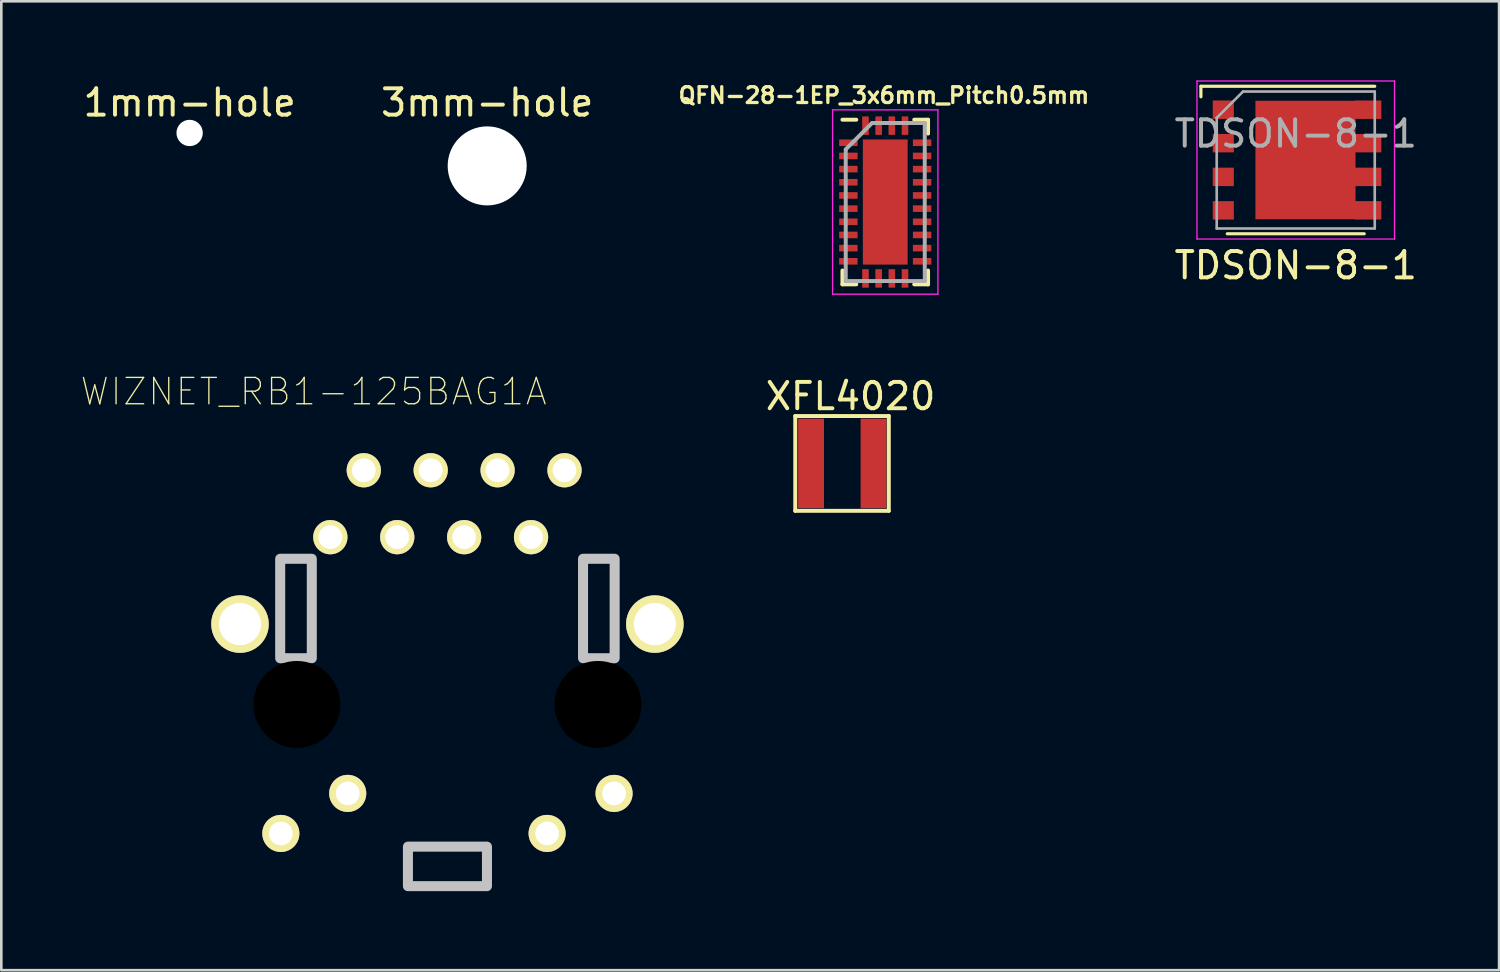
<source format=kicad_pcb>
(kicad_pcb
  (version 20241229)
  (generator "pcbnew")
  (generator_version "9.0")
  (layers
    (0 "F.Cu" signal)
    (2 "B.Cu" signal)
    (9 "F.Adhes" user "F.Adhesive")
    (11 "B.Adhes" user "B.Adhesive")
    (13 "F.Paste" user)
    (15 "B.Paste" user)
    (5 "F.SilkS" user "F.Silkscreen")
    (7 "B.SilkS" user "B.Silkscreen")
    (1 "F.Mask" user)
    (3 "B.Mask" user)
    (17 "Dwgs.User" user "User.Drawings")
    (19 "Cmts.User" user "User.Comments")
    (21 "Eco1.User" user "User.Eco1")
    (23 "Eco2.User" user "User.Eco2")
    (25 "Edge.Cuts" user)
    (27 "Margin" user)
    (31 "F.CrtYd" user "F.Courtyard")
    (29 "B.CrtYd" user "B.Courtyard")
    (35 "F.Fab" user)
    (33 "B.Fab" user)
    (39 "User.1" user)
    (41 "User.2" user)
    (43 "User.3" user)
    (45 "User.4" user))
  (footprint "3mm-hole"
    (layer "F.Cu")
    (at 15.446 3.248)
    (property "Reference" "3mm-hole" (at 0 -2.4 0) (layer "F.SilkS") (effects (font (size 1 1) (thickness 0.15))))
    (attr through_hole)
    (pad "" np_thru_hole circle (at 0 0) (size 3 3) (drill 3) (layers "*.Cu" "*.Mask")))
  (footprint "TDSON-8-1"
    (layer "F.Cu")
    (at 46.142 3.025)
    (property "Reference" "TDSON-8-1" (at 0 4 0) (layer "F.SilkS") (effects (font (size 1 1) (thickness 0.15))))
    (attr smd)
    (fp_line (start -3.6 -2.8) (end -3.6 -2.4) (stroke (width 0.12) (type solid)) (layer "F.SilkS"))
    (fp_line (start 2.6 2.8) (end -2.6 2.8) (stroke (width 0.12) (type solid)) (layer "F.SilkS"))
    (fp_line (start 3 -2.8) (end -3.6 -2.8) (stroke (width 0.12) (type solid)) (layer "F.SilkS"))
    (fp_line (start -3.75 -3) (end -3.75 3) (stroke (width 0.05) (type solid)) (layer "F.CrtYd"))
    (fp_line (start -3.75 3) (end 3.75 3) (stroke (width 0.05) (type solid)) (layer "F.CrtYd"))
    (fp_line (start 3.75 -3) (end -3.75 -3) (stroke (width 0.05) (type solid)) (layer "F.CrtYd"))
    (fp_line (start 3.75 3) (end 3.75 -3) (stroke (width 0.05) (type solid)) (layer "F.CrtYd"))
    (fp_line (start -3 2.6) (end -3 -1.6) (stroke (width 0.1) (type solid)) (layer "F.Fab"))
    (fp_line (start -2 -2.6) (end -3 -1.6) (stroke (width 0.1) (type solid)) (layer "F.Fab"))
    (fp_line (start -2 -2.6) (end 3 -2.6) (stroke (width 0.1) (type solid)) (layer "F.Fab"))
    (fp_line (start 3 -2.6) (end 3 2.6) (stroke (width 0.1) (type solid)) (layer "F.Fab"))
    (fp_line (start 3 2.6) (end -3 2.6) (stroke (width 0.1) (type solid)) (layer "F.Fab"))
    (fp_text user "${REFERENCE}" (at 0 -1 0) (layer "F.Fab") (effects (font (size 1 1) (thickness 0.15))))
    (pad "" smd rect (at -0.75 -1.09 270) (size 1.55 1.2) (layers "F.Cu" "F.Mask" "F.Paste"))
    (pad "" smd rect (at -0.75 1.09 270) (size 1.55 1.2) (layers "F.Cu" "F.Mask" "F.Paste"))
    (pad "" smd rect (at 0.37 0 270) (size 4.5 3.8) (layers "F.Cu" "F.Mask" "F.Paste"))
    (pad "" smd rect (at 1.25 -1.09 270) (size 1.55 1.6) (layers "F.Cu" "F.Mask" "F.Paste"))
    (pad "" smd rect (at 1.25 1.09 270) (size 1.55 1.6) (layers "F.Cu" "F.Mask" "F.Paste"))
    (pad "1" smd rect (at -2.75 -1.91 270) (size 0.7 0.8) (layers "F.Cu" "F.Mask" "F.Paste"))
    (pad "2" smd rect (at -2.75 -0.64 270) (size 0.7 0.8) (layers "F.Cu" "F.Mask" "F.Paste"))
    (pad "3" smd rect (at -2.75 0.64 270) (size 0.7 0.8) (layers "F.Cu" "F.Mask" "F.Paste"))
    (pad "4" smd rect (at -2.75 1.91 270) (size 0.7 0.8) (layers "F.Cu" "F.Mask" "F.Paste"))
    (pad "5" smd rect (at 2.75 1.91 270) (size 0.7 1) (layers "F.Cu" "F.Mask" "F.Paste"))
    (pad "6" smd rect (at 2.75 0.64 270) (size 0.7 1) (layers "F.Cu" "F.Mask" "F.Paste"))
    (pad "7" smd rect (at 2.75 -0.64 270) (size 0.7 1) (layers "F.Cu" "F.Mask" "F.Paste"))
    (pad "8" smd rect (at 2.75 -1.91 270) (size 0.7 1) (layers "F.Cu" "F.Mask" "F.Paste")))
  (footprint "XFL4020"
    (layer "F.Cu")
    (at 28.942 14.544)
    (property "Reference" "XFL4020" (at 0.3 -2.55 0) (layer "F.SilkS") (effects (font (size 1 1) (thickness 0.15))))
    (attr through_hole)
    (fp_line (start -1.8 -1.8) (end 1.75 -1.8) (stroke (width 0.15) (type solid)) (layer "F.SilkS"))
    (fp_line (start -1.8 1.8) (end -1.8 -1.8) (stroke (width 0.15) (type solid)) (layer "F.SilkS"))
    (fp_line (start 1.75 -1.8) (end 1.75 1.8) (stroke (width 0.15) (type solid)) (layer "F.SilkS"))
    (fp_line (start 1.75 1.8) (end -1.8 1.8) (stroke (width 0.15) (type solid)) (layer "F.SilkS"))
    (pad "1" smd rect (at -1.2 0) (size 0.98 3.4) (layers "F.Cu" "F.Mask" "F.Paste"))
    (pad "2" smd rect (at 1.17 0) (size 0.98 3.4) (layers "F.Cu" "F.Mask" "F.Paste")))
  (footprint "QFN-28-1EP_3x6mm_Pitch0.5mm"
    (placed yes)
    (layer "F.Cu")
    (at 30.558 4.62)
    (property "Reference" "QFN-28-1EP_3x6mm_Pitch0.5mm" (at -0.05 -4.05 0) (layer "F.SilkS") (effects (font (size 0.6 0.6) (thickness 0.125))))
    (attr smd)
    (fp_line (start -1.625 -3.125) (end -1.1 -3.125) (stroke (width 0.15) (type solid)) (layer "F.SilkS"))
    (fp_line (start -1.625 3.125) (end -1.625 2.6) (stroke (width 0.15) (type solid)) (layer "F.SilkS"))
    (fp_line (start -1.625 3.125) (end -1.1 3.125) (stroke (width 0.15) (type solid)) (layer "F.SilkS"))
    (fp_line (start 1.625 -3.125) (end 1.1 -3.125) (stroke (width 0.15) (type solid)) (layer "F.SilkS"))
    (fp_line (start 1.625 -3.125) (end 1.625 -2.6) (stroke (width 0.15) (type solid)) (layer "F.SilkS"))
    (fp_line (start 1.625 3.125) (end 1.1 3.125) (stroke (width 0.15) (type solid)) (layer "F.SilkS"))
    (fp_line (start 1.625 3.125) (end 1.625 2.6) (stroke (width 0.15) (type solid)) (layer "F.SilkS"))
    (fp_line (start -2 -3.5) (end -2 3.5) (stroke (width 0.05) (type solid)) (layer "F.CrtYd"))
    (fp_line (start -2 -3.5) (end 2 -3.5) (stroke (width 0.05) (type solid)) (layer "F.CrtYd"))
    (fp_line (start -2 3.5) (end 2 3.5) (stroke (width 0.05) (type solid)) (layer "F.CrtYd"))
    (fp_line (start 2 -3.5) (end 2 3.5) (stroke (width 0.05) (type solid)) (layer "F.CrtYd"))
    (fp_line (start -1.5 -2) (end -0.5 -3) (stroke (width 0.15) (type solid)) (layer "F.Fab"))
    (fp_line (start -1.5 3) (end -1.5 -2) (stroke (width 0.15) (type solid)) (layer "F.Fab"))
    (fp_line (start -0.5 -3) (end 1.5 -3) (stroke (width 0.15) (type solid)) (layer "F.Fab"))
    (fp_line (start 1.5 -3) (end 1.5 3) (stroke (width 0.15) (type solid)) (layer "F.Fab"))
    (fp_line (start 1.5 3) (end -1.5 3) (stroke (width 0.15) (type solid)) (layer "F.Fab"))
    (pad "1" smd rect (at -1.4 -2.25) (size 0.7 0.25) (layers "F.Cu" "F.Mask" "F.Paste"))
    (pad "2" smd rect (at -1.4 -1.75) (size 0.7 0.25) (layers "F.Cu" "F.Mask" "F.Paste"))
    (pad "3" smd rect (at -1.4 -1.25) (size 0.7 0.25) (layers "F.Cu" "F.Mask" "F.Paste"))
    (pad "4" smd rect (at -1.4 -0.75) (size 0.7 0.25) (layers "F.Cu" "F.Mask" "F.Paste"))
    (pad "5" smd rect (at -1.4 -0.25) (size 0.7 0.25) (layers "F.Cu" "F.Mask" "F.Paste"))
    (pad "6" smd rect (at -1.4 0.25) (size 0.7 0.25) (layers "F.Cu" "F.Mask" "F.Paste"))
    (pad "7" smd rect (at -1.4 0.75) (size 0.7 0.25) (layers "F.Cu" "F.Mask" "F.Paste"))
    (pad "8" smd rect (at -1.4 1.25) (size 0.7 0.25) (layers "F.Cu" "F.Mask" "F.Paste"))
    (pad "9" smd rect (at -1.4 1.75) (size 0.7 0.25) (layers "F.Cu" "F.Mask" "F.Paste"))
    (pad "10" smd rect (at -1.4 2.25) (size 0.7 0.25) (layers "F.Cu" "F.Mask" "F.Paste"))
    (pad "11" smd rect (at -0.75 2.9 90) (size 0.7 0.25) (layers "F.Cu" "F.Mask" "F.Paste"))
    (pad "12" smd rect (at -0.25 2.9 90) (size 0.7 0.25) (layers "F.Cu" "F.Mask" "F.Paste"))
    (pad "13" smd rect (at 0.25 2.9 90) (size 0.7 0.25) (layers "F.Cu" "F.Mask" "F.Paste"))
    (pad "14" smd rect (at 0.75 2.9 90) (size 0.7 0.25) (layers "F.Cu" "F.Mask" "F.Paste"))
    (pad "15" smd rect (at 1.4 2.25) (size 0.7 0.25) (layers "F.Cu" "F.Mask" "F.Paste"))
    (pad "16" smd rect (at 1.4 1.75) (size 0.7 0.25) (layers "F.Cu" "F.Mask" "F.Paste"))
    (pad "17" smd rect (at 1.4 1.25) (size 0.7 0.25) (layers "F.Cu" "F.Mask" "F.Paste"))
    (pad "18" smd rect (at 1.4 0.75) (size 0.7 0.25) (layers "F.Cu" "F.Mask" "F.Paste"))
    (pad "19" smd rect (at 1.4 0.25) (size 0.7 0.25) (layers "F.Cu" "F.Mask" "F.Paste"))
    (pad "20" smd rect (at 1.4 -0.25) (size 0.7 0.25) (layers "F.Cu" "F.Mask" "F.Paste"))
    (pad "21" smd rect (at 1.4 -0.75) (size 0.7 0.25) (layers "F.Cu" "F.Mask" "F.Paste"))
    (pad "22" smd rect (at 1.4 -1.25) (size 0.7 0.25) (layers "F.Cu" "F.Mask" "F.Paste"))
    (pad "23" smd rect (at 1.4 -1.75) (size 0.7 0.25) (layers "F.Cu" "F.Mask" "F.Paste"))
    (pad "24" smd rect (at 1.4 -2.25) (size 0.7 0.25) (layers "F.Cu" "F.Mask" "F.Paste"))
    (pad "25" smd rect (at 0.75 -2.9 90) (size 0.7 0.25) (layers "F.Cu" "F.Mask" "F.Paste"))
    (pad "26" smd rect (at 0.25 -2.9 90) (size 0.7 0.25) (layers "F.Cu" "F.Mask" "F.Paste"))
    (pad "27" smd rect (at -0.25 -2.9 90) (size 0.7 0.25) (layers "F.Cu" "F.Mask" "F.Paste"))
    (pad "28" smd rect (at -0.75 -2.9 90) (size 0.7 0.25) (layers "F.Cu" "F.Mask" "F.Paste"))
    (pad "29" smd rect (at 0 0) (size 1.7 4.75) (layers "F.Cu" "F.Mask" "F.Paste")))
  (footprint "WIZNET_RB1-125BAG1A"
    (layer "F.Cu")
    (at 13.937 23.692)
    (property "Reference" "WIZNET_RB1-125BAG1A" (at -5.081 -11.874 0) (layer "F.SilkS") (effects (font (size 1 1) (thickness 0.05))))
    (attr through_hole)
    (fp_poly (pts (xy -6.35 -5.528) (xy -5.15 -5.528) (xy -5.15 -1.753) (xy -6.35 -1.753)) (stroke (width 0.381) (type solid)) (fill no) (layer "Dwgs.User"))
    (fp_poly (pts (xy -1.5 5.4) (xy 1.5 5.4) (xy 1.5 6.9) (xy -1.5 6.9)) (stroke (width 0.381) (type solid)) (fill no) (layer "Dwgs.User"))
    (fp_poly (pts (xy 5.148 -5.528) (xy 6.348 -5.528) (xy 6.348 -1.753) (xy 5.148 -1.753)) (stroke (width 0.381) (type solid)) (fill no) (layer "Dwgs.User"))
    (pad "" np_thru_hole circle (at -5.716 0.001) (size 3.3 3.3) (drill 3.3) (layers))
    (pad "" np_thru_hole circle (at 5.714 0.001) (size 3.3 3.3) (drill 3.3) (layers))
    (pad "L1" thru_hole circle (at 6.325 3.38) (size 1.408 1.408) (drill 0.9) (layers "*.Cu" "*.Mask" "F.SilkS"))
    (pad "L2" thru_hole circle (at 3.784 4.899) (size 1.408 1.408) (drill 0.9) (layers "*.Cu" "*.Mask" "F.SilkS"))
    (pad "L3" thru_hole circle (at -3.786 3.379) (size 1.408 1.408) (drill 0.9) (layers "*.Cu" "*.Mask" "F.SilkS"))
    (pad "L4" thru_hole circle (at -6.325 4.9) (size 1.408 1.408) (drill 0.9) (layers "*.Cu" "*.Mask" "F.SilkS"))
    (pad "R1" thru_hole circle (at -4.446 -6.349) (size 1.3 1.3) (drill 0.9) (layers "*.Cu" "*.Mask" "F.SilkS"))
    (pad "R2" thru_hole circle (at -3.176 -8.889) (size 1.3 1.3) (drill 0.9) (layers "*.Cu" "*.Mask" "F.SilkS"))
    (pad "R3" thru_hole circle (at -1.906 -6.349) (size 1.3 1.3) (drill 0.9) (layers "*.Cu" "*.Mask" "F.SilkS"))
    (pad "R4" thru_hole circle (at -0.636 -8.889) (size 1.3 1.3) (drill 0.9) (layers "*.Cu" "*.Mask" "F.SilkS"))
    (pad "R5" thru_hole circle (at 0.634 -6.349) (size 1.3 1.3) (drill 0.9) (layers "*.Cu" "*.Mask" "F.SilkS"))
    (pad "R6" thru_hole circle (at 1.904 -8.889) (size 1.3 1.3) (drill 0.9) (layers "*.Cu" "*.Mask" "F.SilkS"))
    (pad "R7" thru_hole circle (at 3.174 -6.349) (size 1.3 1.3) (drill 0.9) (layers "*.Cu" "*.Mask" "F.SilkS"))
    (pad "R8" thru_hole circle (at 4.444 -8.889) (size 1.3 1.3) (drill 0.9) (layers "*.Cu" "*.Mask" "F.SilkS"))
    (pad "S1" thru_hole circle (at -7.876 -3.049) (size 2.184 2.184) (drill 1.6) (layers "*.Cu" "*.Mask" "F.SilkS"))
    (pad "S2" thru_hole circle (at 7.874 -3.049) (size 2.184 2.184) (drill 1.6) (layers "*.Cu" "*.Mask" "F.SilkS")))
  (footprint "1mm-hole"
    (layer "F.Cu")
    (at 4.149 1.998)
    (property "Reference" "1mm-hole" (at 0 -1.15 0) (layer "F.SilkS") (effects (font (size 1 1) (thickness 0.15))))
    (attr through_hole)
    (pad "" np_thru_hole circle (at 0 0) (size 1 1) (drill 1) (layers "*.Cu" "*.Mask")))
  (gr_rect
    (start -3 -3)
    (end 53.862 33.783)
    (stroke (width 0.1) (type default))
    (fill no)
    (layer "Edge.Cuts")))
</source>
